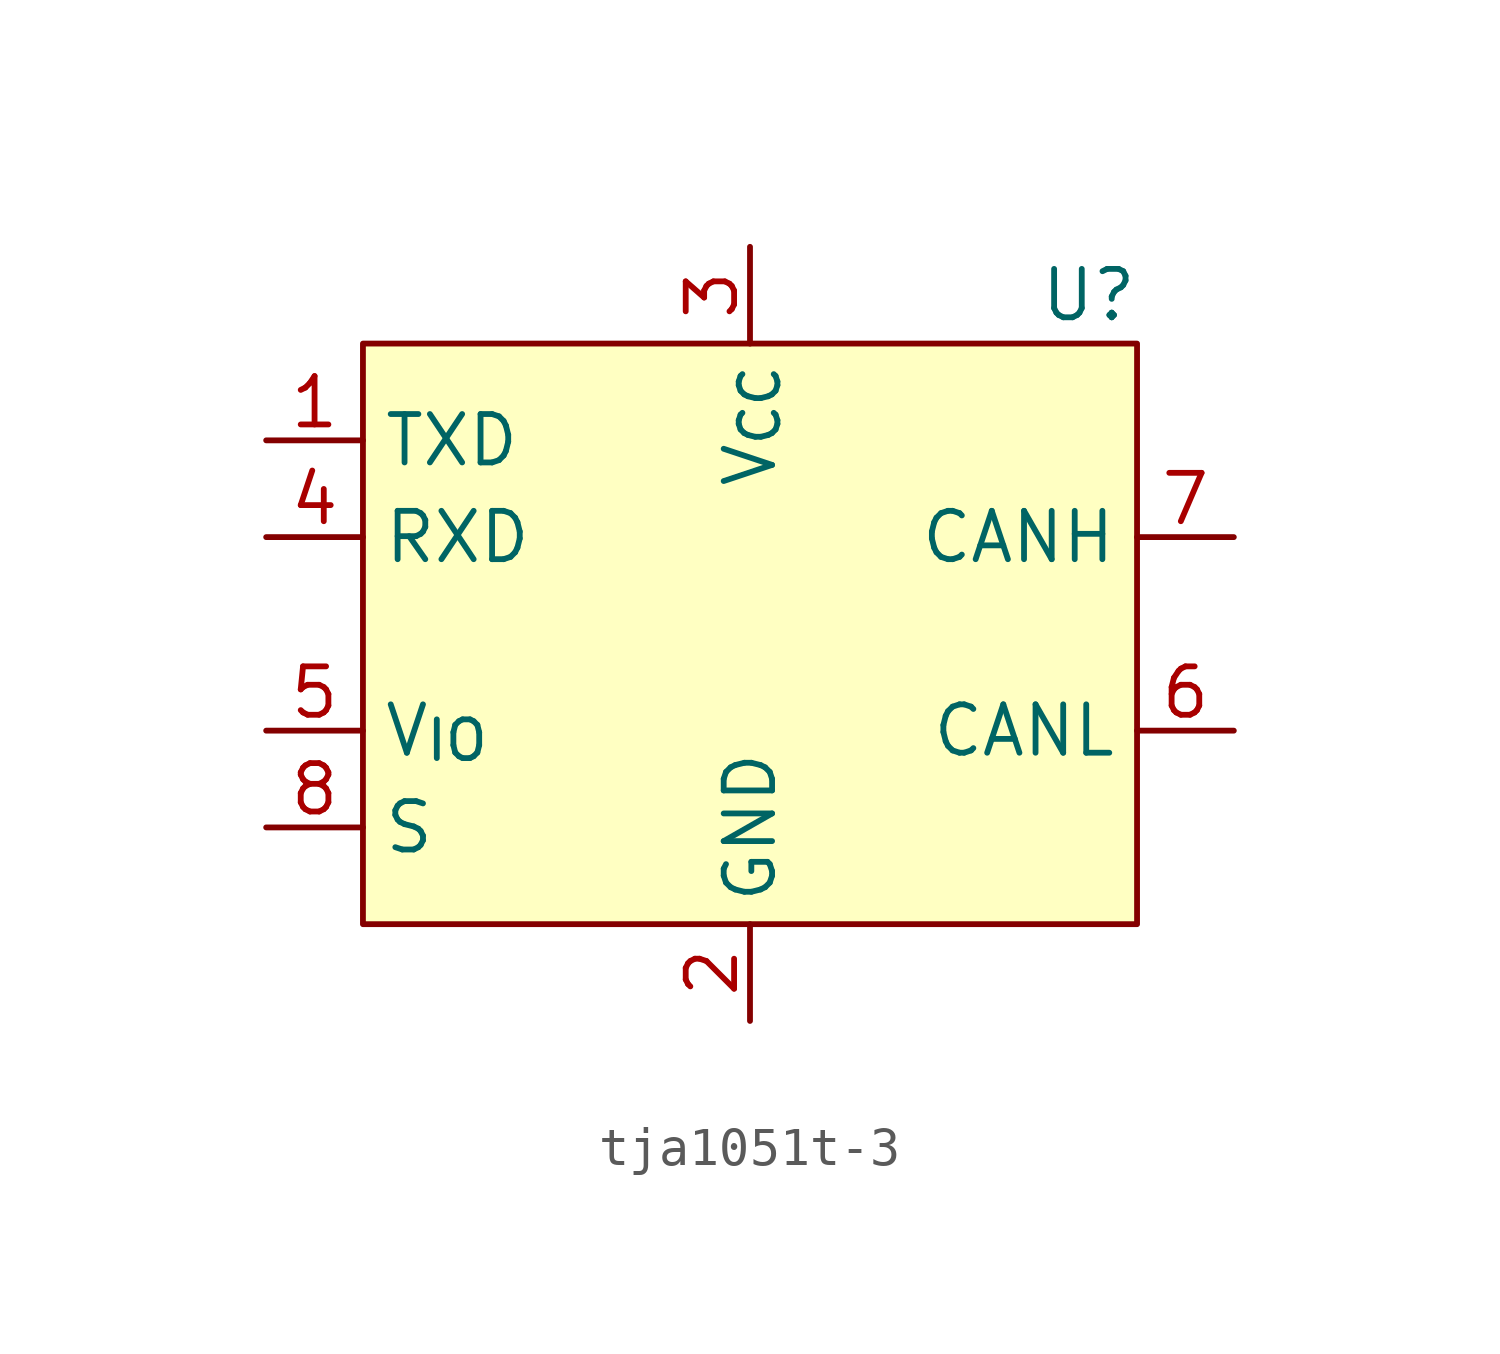
<source format=kicad_sym>
(kicad_symbol_lib
  (version 20241209)
  (generator "kicad_symbol_editor")
  (generator_version "9.0")
  (symbol "tja1051t-3"
    (property "Reference" "U"
      (at 8.89 8.89 0)
      (effects (font (size 1.27 1.27))))
    (property "Value" ""
      (at 0 0 0)
      (effects (font (size 1.27 1.27))))
    (symbol "tja1051t-3_1_1"
      (rectangle (start -10.16 7.62) (end 10.16 -7.62) (stroke (width 0) (type default)) (fill (type background)))
      (pin input line (at -12.7 5.08 0) (length 2.54) (name "TXD" (effects (font (size 1.27 1.27)))) (number "1" (effects (font (size 1.27 1.27)))))
      (pin output line (at -12.7 2.54 0) (length 2.54) (name "RXD" (effects (font (size 1.27 1.27)))) (number "4" (effects (font (size 1.27 1.27)))))
      (pin power_in line (at -12.7 -2.54 0) (length 2.54) (name "V_{IO}" (effects (font (size 1.27 1.27)))) (number "5" (effects (font (size 1.27 1.27)))))
      (pin input line (at -12.7 -5.08 0) (length 2.54) (name "S" (effects (font (size 1.27 1.27)))) (number "8" (effects (font (size 1.27 1.27)))))
      (pin power_in line (at 0 10.16 270) (length 2.54) (name "V_{CC}" (effects (font (size 1.27 1.27)))) (number "3" (effects (font (size 1.27 1.27)))))
      (pin power_in line (at 0 -10.16 90) (length 2.54) (name "GND" (effects (font (size 1.27 1.27)))) (number "2" (effects (font (size 1.27 1.27)))))
      (pin bidirectional line (at 12.7 2.54 180) (length 2.54) (name "CANH" (effects (font (size 1.27 1.27)))) (number "7" (effects (font (size 1.27 1.27)))))
      (pin bidirectional line (at 12.7 -2.54 180) (length 2.54) (name "CANL" (effects (font (size 1.27 1.27)))) (number "6" (effects (font (size 1.27 1.27))))))))
</source>
